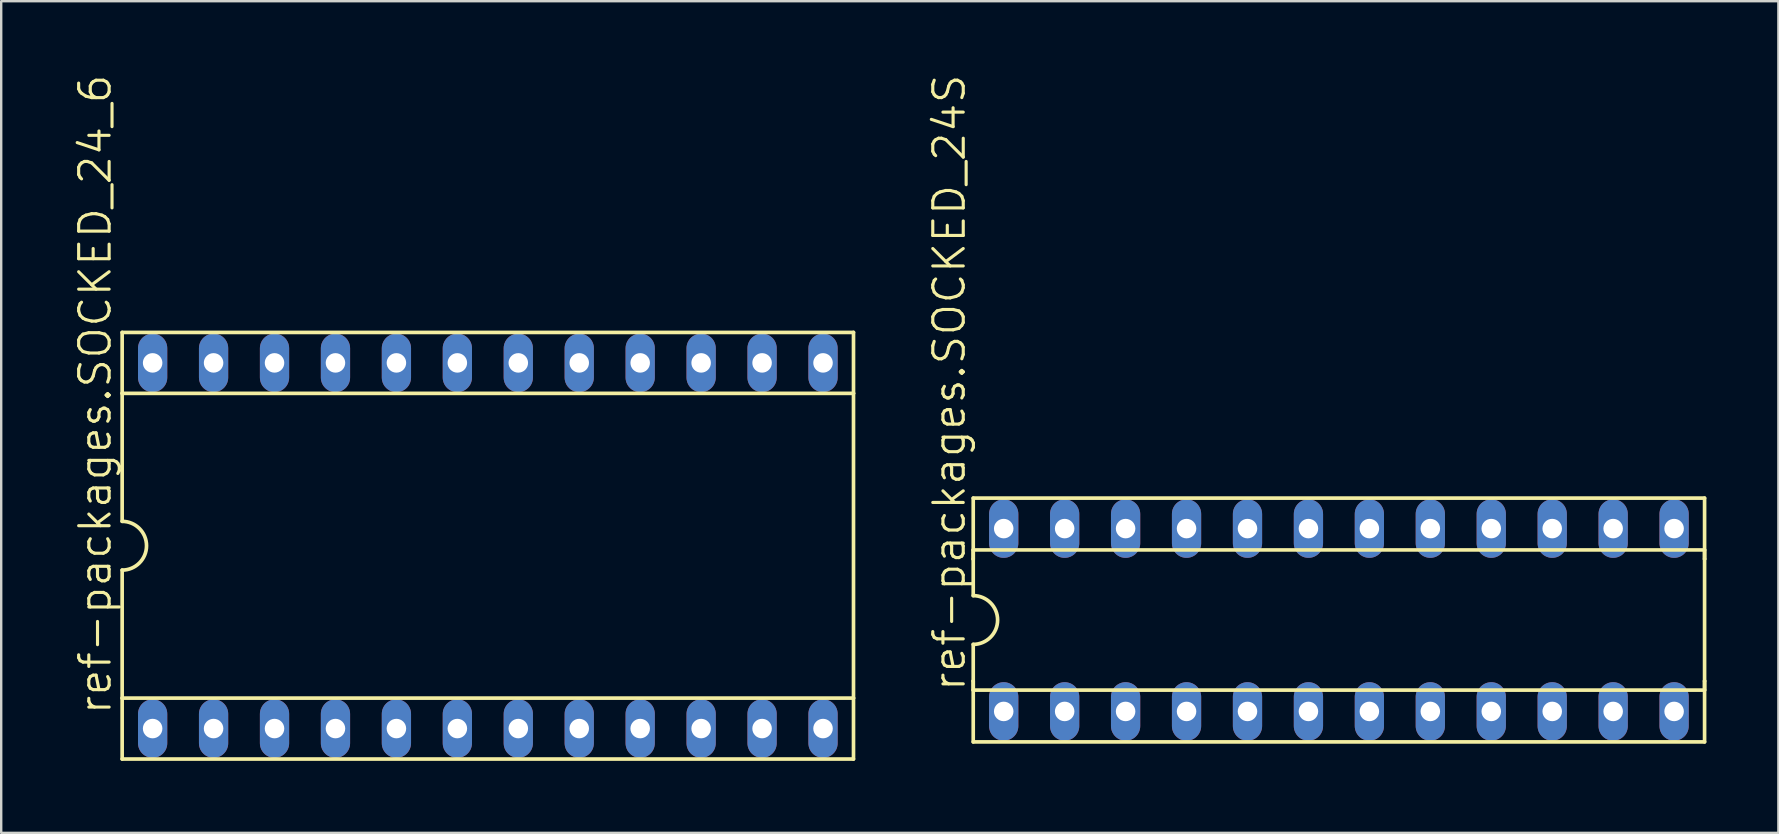
<source format=kicad_pcb>
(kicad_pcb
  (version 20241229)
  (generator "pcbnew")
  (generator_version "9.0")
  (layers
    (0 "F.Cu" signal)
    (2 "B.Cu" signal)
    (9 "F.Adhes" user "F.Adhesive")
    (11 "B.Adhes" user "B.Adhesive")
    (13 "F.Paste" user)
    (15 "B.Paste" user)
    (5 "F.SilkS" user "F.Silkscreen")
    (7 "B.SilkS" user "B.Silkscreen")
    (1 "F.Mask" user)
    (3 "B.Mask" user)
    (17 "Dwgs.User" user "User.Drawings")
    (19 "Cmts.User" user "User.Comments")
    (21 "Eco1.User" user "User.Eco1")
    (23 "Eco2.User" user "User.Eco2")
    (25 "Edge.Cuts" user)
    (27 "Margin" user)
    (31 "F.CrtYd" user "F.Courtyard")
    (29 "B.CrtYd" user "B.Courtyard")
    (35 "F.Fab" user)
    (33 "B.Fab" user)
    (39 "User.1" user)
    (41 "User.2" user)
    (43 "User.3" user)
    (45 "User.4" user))
  (footprint "ref-packages.SOCKED_24S"
    (layer "F.Cu")
    (at 52.751 22.79)
    (property "Reference" "ref-packages.SOCKED_24S" (at -15.494 3.048 90) (layer "F.SilkS") (effects (font (size 1.27 1.27) (thickness 0.13)) (justify left bottom)))
    (attr through_hole)
    (fp_line (start -15.24 -5.08) (end -15.24 -2.54) (stroke (width 0.152) (type default)) (layer "F.SilkS"))
    (fp_line (start -15.24 -2.921) (end -15.24 -2.54) (stroke (width 0.152) (type default)) (layer "F.SilkS"))
    (fp_line (start -15.24 -2.54) (end -15.24 -1.016) (stroke (width 0.152) (type default)) (layer "F.SilkS"))
    (fp_line (start -15.24 2.54) (end -15.24 1.016) (stroke (width 0.152) (type default)) (layer "F.SilkS"))
    (fp_line (start -15.24 2.921) (end -15.24 2.54) (stroke (width 0.152) (type default)) (layer "F.SilkS"))
    (fp_line (start -15.24 2.921) (end 15.24 2.921) (stroke (width 0.152) (type default)) (layer "F.SilkS"))
    (fp_line (start -15.24 5.08) (end -15.24 2.54) (stroke (width 0.152) (type default)) (layer "F.SilkS"))
    (fp_line (start -15.24 5.08) (end 15.24 5.08) (stroke (width 0.152) (type default)) (layer "F.SilkS"))
    (fp_line (start 15.24 -5.08) (end -15.24 -5.08) (stroke (width 0.152) (type default)) (layer "F.SilkS"))
    (fp_line (start 15.24 -5.08) (end 15.24 -2.54) (stroke (width 0.152) (type default)) (layer "F.SilkS"))
    (fp_line (start 15.24 -2.921) (end -15.24 -2.921) (stroke (width 0.152) (type default)) (layer "F.SilkS"))
    (fp_line (start 15.24 -2.921) (end 15.24 -2.54) (stroke (width 0.152) (type default)) (layer "F.SilkS"))
    (fp_line (start 15.24 -2.54) (end 15.24 2.54) (stroke (width 0.152) (type default)) (layer "F.SilkS"))
    (fp_line (start 15.24 2.54) (end 15.24 2.921) (stroke (width 0.152) (type default)) (layer "F.SilkS"))
    (fp_line (start 15.24 5.08) (end 15.24 2.54) (stroke (width 0.152) (type default)) (layer "F.SilkS"))
    (fp_arc (start -15.24 -1.016) (mid -14.224 0) (end -15.24 1.016) (stroke (width 0.1524) (type default)) (layer "F.SilkS"))
    (pad "1" thru_hole oval (at -13.97 3.81 90) (size 2.438 1.219) (drill 0.813) (layers "*.Cu" "*.Mask"))
    (pad "2" thru_hole oval (at -11.43 3.81 90) (size 2.438 1.219) (drill 0.813) (layers "*.Cu" "*.Mask"))
    (pad "3" thru_hole oval (at -8.89 3.81 90) (size 2.438 1.219) (drill 0.813) (layers "*.Cu" "*.Mask"))
    (pad "4" thru_hole oval (at -6.35 3.81 90) (size 2.438 1.219) (drill 0.813) (layers "*.Cu" "*.Mask"))
    (pad "5" thru_hole oval (at -3.81 3.81 90) (size 2.438 1.219) (drill 0.813) (layers "*.Cu" "*.Mask"))
    (pad "6" thru_hole oval (at -1.27 3.81 90) (size 2.438 1.219) (drill 0.813) (layers "*.Cu" "*.Mask"))
    (pad "7" thru_hole oval (at 1.27 3.81 90) (size 2.438 1.219) (drill 0.813) (layers "*.Cu" "*.Mask"))
    (pad "8" thru_hole oval (at 3.81 3.81 90) (size 2.438 1.219) (drill 0.813) (layers "*.Cu" "*.Mask"))
    (pad "9" thru_hole oval (at 6.35 3.81 90) (size 2.438 1.219) (drill 0.813) (layers "*.Cu" "*.Mask"))
    (pad "10" thru_hole oval (at 8.89 3.81 90) (size 2.438 1.219) (drill 0.813) (layers "*.Cu" "*.Mask"))
    (pad "11" thru_hole oval (at 11.43 3.81 90) (size 2.438 1.219) (drill 0.813) (layers "*.Cu" "*.Mask"))
    (pad "12" thru_hole oval (at 13.97 3.81 90) (size 2.438 1.219) (drill 0.813) (layers "*.Cu" "*.Mask"))
    (pad "13" thru_hole oval (at 13.97 -3.81 90) (size 2.438 1.219) (drill 0.813) (layers "*.Cu" "*.Mask"))
    (pad "14" thru_hole oval (at 11.43 -3.81 90) (size 2.438 1.219) (drill 0.813) (layers "*.Cu" "*.Mask"))
    (pad "15" thru_hole oval (at 8.89 -3.81 90) (size 2.438 1.219) (drill 0.813) (layers "*.Cu" "*.Mask"))
    (pad "16" thru_hole oval (at 6.35 -3.81 90) (size 2.438 1.219) (drill 0.813) (layers "*.Cu" "*.Mask"))
    (pad "17" thru_hole oval (at 3.81 -3.81 90) (size 2.438 1.219) (drill 0.813) (layers "*.Cu" "*.Mask"))
    (pad "18" thru_hole oval (at 1.27 -3.81 90) (size 2.438 1.219) (drill 0.813) (layers "*.Cu" "*.Mask"))
    (pad "19" thru_hole oval (at -1.27 -3.81 90) (size 2.438 1.219) (drill 0.813) (layers "*.Cu" "*.Mask"))
    (pad "20" thru_hole oval (at -3.81 -3.81 90) (size 2.438 1.219) (drill 0.813) (layers "*.Cu" "*.Mask"))
    (pad "21" thru_hole oval (at -6.35 -3.81 90) (size 2.438 1.219) (drill 0.813) (layers "*.Cu" "*.Mask"))
    (pad "22" thru_hole oval (at -8.89 -3.81 90) (size 2.438 1.219) (drill 0.813) (layers "*.Cu" "*.Mask"))
    (pad "23" thru_hole oval (at -11.43 -3.81 90) (size 2.438 1.219) (drill 0.813) (layers "*.Cu" "*.Mask"))
    (pad "24" thru_hole oval (at -13.97 -3.81 90) (size 2.438 1.219) (drill 0.813) (layers "*.Cu" "*.Mask")))
  (footprint "ref-packages.SOCKED_24_6"
    (layer "F.Cu")
    (at 17.281 19.694)
    (property "Reference" "ref-packages.SOCKED_24_6" (at -15.621 7.112 90) (layer "F.SilkS") (effects (font (size 1.27 1.27) (thickness 0.13)) (justify left bottom)))
    (attr through_hole)
    (fp_line (start -15.24 -8.89) (end -15.24 -6.35) (stroke (width 0.152) (type default)) (layer "F.SilkS"))
    (fp_line (start -15.24 -6.35) (end -15.24 -1.016) (stroke (width 0.152) (type default)) (layer "F.SilkS"))
    (fp_line (start -15.24 6.35) (end -15.24 1.016) (stroke (width 0.152) (type default)) (layer "F.SilkS"))
    (fp_line (start -15.24 6.35) (end 15.24 6.35) (stroke (width 0.152) (type default)) (layer "F.SilkS"))
    (fp_line (start -15.24 8.89) (end -15.24 6.35) (stroke (width 0.152) (type default)) (layer "F.SilkS"))
    (fp_line (start -15.24 8.89) (end 15.24 8.89) (stroke (width 0.152) (type default)) (layer "F.SilkS"))
    (fp_line (start 15.24 -8.89) (end -15.24 -8.89) (stroke (width 0.152) (type default)) (layer "F.SilkS"))
    (fp_line (start 15.24 -8.89) (end 15.24 -6.35) (stroke (width 0.152) (type default)) (layer "F.SilkS"))
    (fp_line (start 15.24 -6.35) (end -15.24 -6.35) (stroke (width 0.152) (type default)) (layer "F.SilkS"))
    (fp_line (start 15.24 -6.35) (end 15.24 6.35) (stroke (width 0.152) (type default)) (layer "F.SilkS"))
    (fp_line (start 15.24 6.35) (end 15.24 8.89) (stroke (width 0.152) (type default)) (layer "F.SilkS"))
    (fp_arc (start -15.24 -1.016) (mid -14.224 0) (end -15.24 1.016) (stroke (width 0.1524) (type default)) (layer "F.SilkS"))
    (pad "1" thru_hole oval (at -13.97 7.62 90) (size 2.438 1.219) (drill 0.813) (layers "*.Cu" "*.Mask"))
    (pad "2" thru_hole oval (at -11.43 7.62 90) (size 2.438 1.219) (drill 0.813) (layers "*.Cu" "*.Mask"))
    (pad "3" thru_hole oval (at -8.89 7.62 90) (size 2.438 1.219) (drill 0.813) (layers "*.Cu" "*.Mask"))
    (pad "4" thru_hole oval (at -6.35 7.62 90) (size 2.438 1.219) (drill 0.813) (layers "*.Cu" "*.Mask"))
    (pad "5" thru_hole oval (at -3.81 7.62 90) (size 2.438 1.219) (drill 0.813) (layers "*.Cu" "*.Mask"))
    (pad "6" thru_hole oval (at -1.27 7.62 90) (size 2.438 1.219) (drill 0.813) (layers "*.Cu" "*.Mask"))
    (pad "7" thru_hole oval (at 1.27 7.62 90) (size 2.438 1.219) (drill 0.813) (layers "*.Cu" "*.Mask"))
    (pad "8" thru_hole oval (at 3.81 7.62 90) (size 2.438 1.219) (drill 0.813) (layers "*.Cu" "*.Mask"))
    (pad "9" thru_hole oval (at 6.35 7.62 90) (size 2.438 1.219) (drill 0.813) (layers "*.Cu" "*.Mask"))
    (pad "10" thru_hole oval (at 8.89 7.62 90) (size 2.438 1.219) (drill 0.813) (layers "*.Cu" "*.Mask"))
    (pad "11" thru_hole oval (at 11.43 7.62 90) (size 2.438 1.219) (drill 0.813) (layers "*.Cu" "*.Mask"))
    (pad "12" thru_hole oval (at 13.97 7.62 90) (size 2.438 1.219) (drill 0.813) (layers "*.Cu" "*.Mask"))
    (pad "13" thru_hole oval (at 13.97 -7.62 90) (size 2.438 1.219) (drill 0.813) (layers "*.Cu" "*.Mask"))
    (pad "14" thru_hole oval (at 11.43 -7.62 90) (size 2.438 1.219) (drill 0.813) (layers "*.Cu" "*.Mask"))
    (pad "15" thru_hole oval (at 8.89 -7.62 90) (size 2.438 1.219) (drill 0.813) (layers "*.Cu" "*.Mask"))
    (pad "16" thru_hole oval (at 6.35 -7.62 90) (size 2.438 1.219) (drill 0.813) (layers "*.Cu" "*.Mask"))
    (pad "17" thru_hole oval (at 3.81 -7.62 90) (size 2.438 1.219) (drill 0.813) (layers "*.Cu" "*.Mask"))
    (pad "18" thru_hole oval (at 1.27 -7.62 90) (size 2.438 1.219) (drill 0.813) (layers "*.Cu" "*.Mask"))
    (pad "19" thru_hole oval (at -1.27 -7.62 90) (size 2.438 1.219) (drill 0.813) (layers "*.Cu" "*.Mask"))
    (pad "20" thru_hole oval (at -3.81 -7.62 90) (size 2.438 1.219) (drill 0.813) (layers "*.Cu" "*.Mask"))
    (pad "21" thru_hole oval (at -6.35 -7.62 90) (size 2.438 1.219) (drill 0.813) (layers "*.Cu" "*.Mask"))
    (pad "22" thru_hole oval (at -8.89 -7.62 90) (size 2.438 1.219) (drill 0.813) (layers "*.Cu" "*.Mask"))
    (pad "23" thru_hole oval (at -11.43 -7.62 90) (size 2.438 1.219) (drill 0.813) (layers "*.Cu" "*.Mask"))
    (pad "24" thru_hole oval (at -13.97 -7.62 90) (size 2.438 1.219) (drill 0.813) (layers "*.Cu" "*.Mask")))
  (gr_rect
    (start -3 -3)
    (end 71.067 31.66)
    (stroke (width 0.1) (type default))
    (fill no)
    (layer "Edge.Cuts")))
</source>
